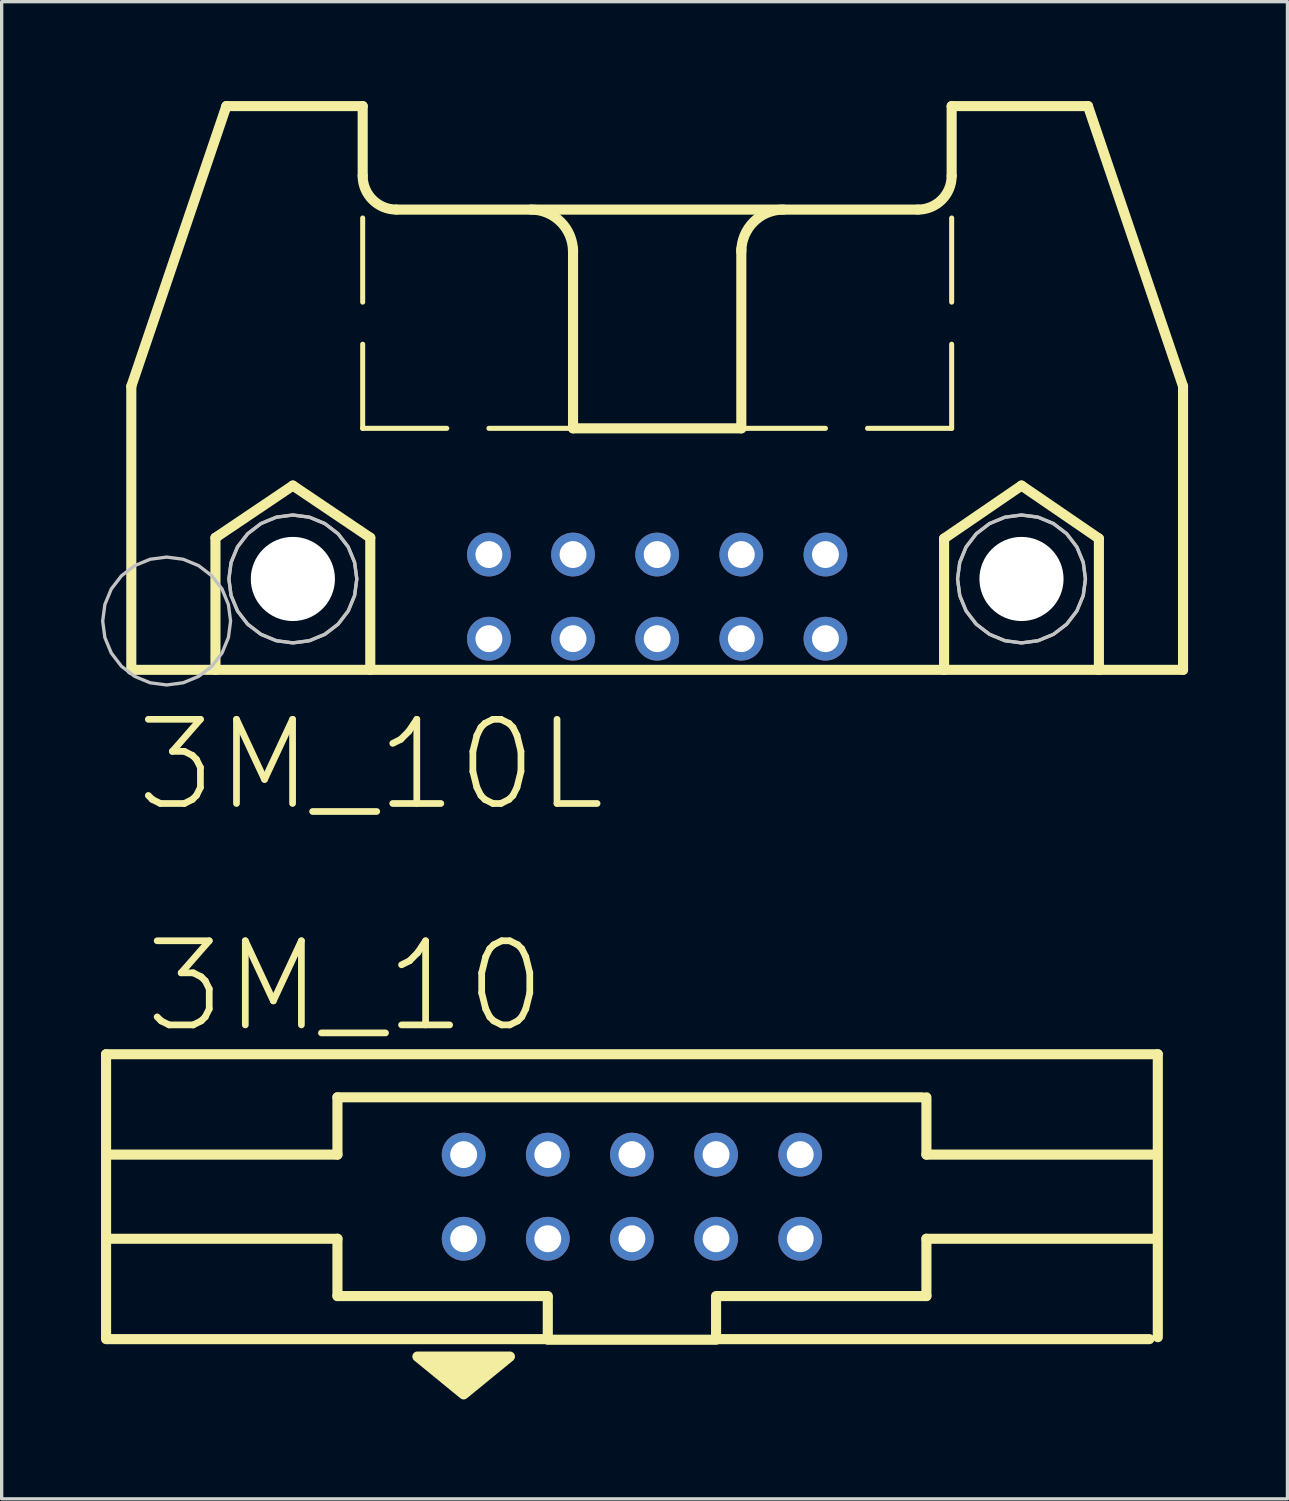
<source format=kicad_pcb>
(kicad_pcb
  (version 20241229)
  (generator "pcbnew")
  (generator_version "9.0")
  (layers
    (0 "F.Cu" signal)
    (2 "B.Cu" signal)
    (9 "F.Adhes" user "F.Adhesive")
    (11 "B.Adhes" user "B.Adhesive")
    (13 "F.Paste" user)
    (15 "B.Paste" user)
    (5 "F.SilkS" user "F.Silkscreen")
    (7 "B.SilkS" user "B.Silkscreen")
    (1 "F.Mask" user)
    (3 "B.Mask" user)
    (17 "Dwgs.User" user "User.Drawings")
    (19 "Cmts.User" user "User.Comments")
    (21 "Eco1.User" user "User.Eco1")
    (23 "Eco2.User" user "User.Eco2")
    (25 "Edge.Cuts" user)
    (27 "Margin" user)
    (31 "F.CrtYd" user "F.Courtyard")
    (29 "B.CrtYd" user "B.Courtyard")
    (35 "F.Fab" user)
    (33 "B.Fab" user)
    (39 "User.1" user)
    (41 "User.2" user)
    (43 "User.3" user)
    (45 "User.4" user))
  (footprint "3M_10"
    (layer "F.Cu")
    (at 16.027 33.076)
    (property "Reference" "3M_10" (at -8.648 -6.35 0) (layer "F.SilkS") (effects (font (size 2.54 2.54) (thickness 0.203))))
    (attr through_hole)
    (fp_line (start -15.875 -4.3) (end -15.875 4.242) (stroke (width 0.305) (type solid)) (layer "F.SilkS"))
    (fp_line (start -15.875 4.3) (end -2.54 4.3) (stroke (width 0.305) (type solid)) (layer "F.SilkS"))
    (fp_line (start -8.89 -1.27) (end -15.748 -1.27) (stroke (width 0.305) (type solid)) (layer "F.SilkS"))
    (fp_line (start -8.89 -1.27) (end -8.89 -3) (stroke (width 0.305) (type solid)) (layer "F.SilkS"))
    (fp_line (start -8.89 1.27) (end -15.748 1.27) (stroke (width 0.305) (type solid)) (layer "F.SilkS"))
    (fp_line (start -8.89 3) (end -8.89 1.27) (stroke (width 0.305) (type solid)) (layer "F.SilkS"))
    (fp_line (start -2.54 3) (end -8.89 3) (stroke (width 0.305) (type solid)) (layer "F.SilkS"))
    (fp_line (start -2.54 4.3) (end -2.54 3.048) (stroke (width 0.305) (type solid)) (layer "F.SilkS"))
    (fp_line (start -2.54 4.318) (end 2.54 4.318) (stroke (width 0.305) (type solid)) (layer "F.SilkS"))
    (fp_line (start 2.54 3.048) (end 2.54 4.3) (stroke (width 0.305) (type solid)) (layer "F.SilkS"))
    (fp_line (start 2.54 4.3) (end 15.621 4.3) (stroke (width 0.305) (type solid)) (layer "F.SilkS"))
    (fp_line (start 8.763 -3) (end -8.89 -3) (stroke (width 0.305) (type solid)) (layer "F.SilkS"))
    (fp_line (start 8.89 -1.27) (end 8.89 -3) (stroke (width 0.305) (type solid)) (layer "F.SilkS"))
    (fp_line (start 8.89 -1.27) (end 15.748 -1.27) (stroke (width 0.305) (type solid)) (layer "F.SilkS"))
    (fp_line (start 8.89 1.27) (end 15.748 1.27) (stroke (width 0.305) (type solid)) (layer "F.SilkS"))
    (fp_line (start 8.89 3) (end 2.54 3) (stroke (width 0.305) (type solid)) (layer "F.SilkS"))
    (fp_line (start 8.89 3) (end 8.89 1.27) (stroke (width 0.305) (type solid)) (layer "F.SilkS"))
    (fp_line (start 15.875 -4.3) (end -15.875 -4.3) (stroke (width 0.305) (type solid)) (layer "F.SilkS"))
    (fp_line (start 15.875 4.242) (end 15.875 -4.3) (stroke (width 0.305) (type solid)) (layer "F.SilkS"))
    (fp_poly (pts (xy -6.477 4.826) (xy -3.683 4.826) (xy -5.08 5.969)) (stroke (width 0.305) (type solid)) (fill yes) (layer "F.SilkS"))
    (pad "1" thru_hole circle (at -5.08 1.27) (size 1.321 1.321) (drill 0.813) (layers "*.Cu" "*.Mask"))
    (pad "2" thru_hole circle (at -5.08 -1.27) (size 1.321 1.321) (drill 0.813) (layers "*.Cu" "*.Mask"))
    (pad "3" thru_hole circle (at -2.54 1.27) (size 1.321 1.321) (drill 0.813) (layers "*.Cu" "*.Mask"))
    (pad "4" thru_hole circle (at -2.54 -1.27) (size 1.321 1.321) (drill 0.813) (layers "*.Cu" "*.Mask"))
    (pad "5" thru_hole circle (at 0 1.27) (size 1.321 1.321) (drill 0.813) (layers "*.Cu" "*.Mask"))
    (pad "6" thru_hole circle (at 0 -1.27) (size 1.321 1.321) (drill 0.813) (layers "*.Cu" "*.Mask"))
    (pad "7" thru_hole circle (at 2.54 1.27) (size 1.321 1.321) (drill 0.813) (layers "*.Cu" "*.Mask"))
    (pad "8" thru_hole circle (at 2.54 -1.27) (size 1.321 1.321) (drill 0.813) (layers "*.Cu" "*.Mask"))
    (pad "9" thru_hole circle (at 5.08 1.27) (size 1.321 1.321) (drill 0.813) (layers "*.Cu" "*.Mask"))
    (pad "10" thru_hole circle (at 5.08 -1.27) (size 1.321 1.321) (drill 0.813) (layers "*.Cu" "*.Mask")))
  (footprint "3M_10L"
    (layer "F.Cu")
    (at 16.789 11.151)
    (property "Reference" "3M_10L" (at -8.648 8.89 0) (layer "F.SilkS") (effects (font (size 2.54 2.54) (thickness 0.203))))
    (attr through_hole)
    (fp_line (start -15.875 -2.54) (end -15.875 6.02) (stroke (width 0.305) (type solid)) (layer "F.SilkS"))
    (fp_line (start -15.875 -2.54) (end -13.005 -10.998) (stroke (width 0.305) (type solid)) (layer "F.SilkS"))
    (fp_line (start -15.875 6.02) (end -13.335 6.02) (stroke (width 0.305) (type solid)) (layer "F.SilkS"))
    (fp_line (start -13.335 2.032) (end -10.998 0.457) (stroke (width 0.305) (type solid)) (layer "F.SilkS"))
    (fp_line (start -13.335 6.02) (end -13.335 2.032) (stroke (width 0.305) (type solid)) (layer "F.SilkS"))
    (fp_line (start -13.335 6.02) (end -8.661 6.02) (stroke (width 0.305) (type solid)) (layer "F.SilkS"))
    (fp_line (start -10.998 0.457) (end -8.661 2.032) (stroke (width 0.305) (type solid)) (layer "F.SilkS"))
    (fp_line (start -8.89 -10.998) (end -13.005 -10.998) (stroke (width 0.305) (type solid)) (layer "F.SilkS"))
    (fp_line (start -8.89 -8.89) (end -8.89 -10.998) (stroke (width 0.305) (type solid)) (layer "F.SilkS"))
    (fp_line (start -8.89 -5.08) (end -8.89 -7.62) (stroke (width 0.152) (type solid)) (layer "F.SilkS"))
    (fp_line (start -8.89 -1.27) (end -8.89 -3.81) (stroke (width 0.152) (type solid)) (layer "F.SilkS"))
    (fp_line (start -8.89 -1.27) (end -6.35 -1.27) (stroke (width 0.152) (type solid)) (layer "F.SilkS"))
    (fp_line (start -8.661 2.032) (end -8.661 6.02) (stroke (width 0.305) (type solid)) (layer "F.SilkS"))
    (fp_line (start -8.661 6.02) (end 8.661 6.02) (stroke (width 0.305) (type solid)) (layer "F.SilkS"))
    (fp_line (start -7.874 -7.874) (end 7.874 -7.874) (stroke (width 0.305) (type solid)) (layer "F.SilkS"))
    (fp_line (start -5.08 -1.27) (end -2.54 -1.27) (stroke (width 0.152) (type solid)) (layer "F.SilkS"))
    (fp_line (start -2.54 -1.27) (end -2.54 -6.68) (stroke (width 0.305) (type solid)) (layer "F.SilkS"))
    (fp_line (start 0 -1.27) (end 2.54 -1.27) (stroke (width 0.152) (type solid)) (layer "F.SilkS"))
    (fp_line (start 2.54 -1.27) (end -2.54 -1.27) (stroke (width 0.305) (type solid)) (layer "F.SilkS"))
    (fp_line (start 2.54 -1.27) (end 2.54 -6.68) (stroke (width 0.305) (type solid)) (layer "F.SilkS"))
    (fp_line (start 5.08 -1.27) (end 2.54 -1.27) (stroke (width 0.152) (type solid)) (layer "F.SilkS"))
    (fp_line (start 8.661 2.057) (end 10.998 0.457) (stroke (width 0.305) (type solid)) (layer "F.SilkS"))
    (fp_line (start 8.661 6.02) (end 8.661 2.057) (stroke (width 0.305) (type solid)) (layer "F.SilkS"))
    (fp_line (start 8.661 6.02) (end 13.335 6.02) (stroke (width 0.305) (type solid)) (layer "F.SilkS"))
    (fp_line (start 8.89 -10.998) (end 13.005 -10.998) (stroke (width 0.305) (type solid)) (layer "F.SilkS"))
    (fp_line (start 8.89 -8.89) (end 8.89 -10.998) (stroke (width 0.305) (type solid)) (layer "F.SilkS"))
    (fp_line (start 8.89 -5.08) (end 8.89 -7.62) (stroke (width 0.152) (type solid)) (layer "F.SilkS"))
    (fp_line (start 8.89 -1.27) (end 6.35 -1.27) (stroke (width 0.152) (type solid)) (layer "F.SilkS"))
    (fp_line (start 8.89 -1.27) (end 8.89 -3.81) (stroke (width 0.152) (type solid)) (layer "F.SilkS"))
    (fp_line (start 10.998 0.457) (end 13.335 2.057) (stroke (width 0.305) (type solid)) (layer "F.SilkS"))
    (fp_line (start 13.335 2.057) (end 13.335 6.02) (stroke (width 0.305) (type solid)) (layer "F.SilkS"))
    (fp_line (start 13.335 6.02) (end 15.875 6.02) (stroke (width 0.305) (type solid)) (layer "F.SilkS"))
    (fp_line (start 15.875 -2.54) (end 13.005 -10.998) (stroke (width 0.305) (type solid)) (layer "F.SilkS"))
    (fp_line (start 15.875 6.02) (end 15.875 -2.54) (stroke (width 0.305) (type solid)) (layer "F.SilkS"))
    (fp_arc (start -7.874 -7.874) (mid -8.59242 -8.17158) (end -8.89 -8.89) (stroke (width 0.3048) (type solid)) (layer "F.SilkS"))
    (fp_arc (start -3.81 -7.874) (mid -2.911974 -7.502026) (end -2.54 -6.604) (stroke (width 0.3048) (type solid)) (layer "F.SilkS"))
    (fp_arc (start 2.54 -6.604) (mid 2.911974 -7.502026) (end 3.81 -7.874) (stroke (width 0.3048) (type solid)) (layer "F.SilkS"))
    (fp_arc (start 8.89 -8.89) (mid 8.59242 -8.17158) (end 7.874 -7.874) (stroke (width 0.3048) (type solid)) (layer "F.SilkS"))
    (fp_poly (pts (xy -12.878 4.547) (xy -12.944 5.046) (xy -13.136 5.512) (xy -13.443 5.912) (xy -13.843 6.218) (xy -14.309 6.411) (xy -14.808 6.477) (xy -15.308 6.411) (xy -15.773 6.218) (xy -16.173 5.912) (xy -16.48 5.512) (xy -16.673 5.046) (xy -16.739 4.547) (xy -16.673 4.047) (xy -16.48 3.581) (xy -16.173 3.182) (xy -15.773 2.875) (xy -15.308 2.682) (xy -14.808 2.616) (xy -14.309 2.682) (xy -13.843 2.875) (xy -13.443 3.182) (xy -13.136 3.581) (xy -12.944 4.047)) (stroke (width 0.1) (type solid)) (fill no) (layer "Dwgs.User"))
    (fp_poly (pts (xy -9.068 3.277) (xy -9.134 3.776) (xy -9.326 4.242) (xy -9.633 4.642) (xy -10.033 4.948) (xy -10.499 5.141) (xy -10.998 5.207) (xy -11.498 5.141) (xy -11.963 4.948) (xy -12.363 4.642) (xy -12.67 4.242) (xy -12.863 3.776) (xy -12.929 3.277) (xy -12.863 2.777) (xy -12.67 2.311) (xy -12.363 1.912) (xy -11.963 1.605) (xy -11.498 1.412) (xy -10.998 1.346) (xy -10.499 1.412) (xy -10.033 1.605) (xy -9.633 1.912) (xy -9.326 2.311) (xy -9.134 2.777)) (stroke (width 0.1) (type solid)) (fill no) (layer "Dwgs.User"))
    (fp_poly (pts (xy -9.068 3.277) (xy -9.134 3.776) (xy -9.326 4.242) (xy -9.633 4.642) (xy -10.033 4.948) (xy -10.499 5.141) (xy -10.998 5.207) (xy -11.498 5.141) (xy -11.963 4.948) (xy -12.363 4.642) (xy -12.67 4.242) (xy -12.863 3.776) (xy -12.929 3.277) (xy -12.863 2.777) (xy -12.67 2.311) (xy -12.363 1.912) (xy -11.963 1.605) (xy -11.498 1.412) (xy -10.998 1.346) (xy -10.499 1.412) (xy -10.033 1.605) (xy -9.633 1.912) (xy -9.326 2.311) (xy -9.134 2.777)) (stroke (width 0.1) (type solid)) (fill no) (layer "Dwgs.User"))
    (fp_poly (pts (xy 12.929 3.277) (xy 12.863 3.776) (xy 12.67 4.242) (xy 12.363 4.642) (xy 11.963 4.948) (xy 11.498 5.141) (xy 10.998 5.207) (xy 10.499 5.141) (xy 10.033 4.948) (xy 9.633 4.642) (xy 9.326 4.242) (xy 9.134 3.776) (xy 9.068 3.277) (xy 9.134 2.777) (xy 9.326 2.311) (xy 9.633 1.912) (xy 10.033 1.605) (xy 10.499 1.412) (xy 10.998 1.346) (xy 11.498 1.412) (xy 11.963 1.605) (xy 12.363 1.912) (xy 12.67 2.311) (xy 12.863 2.777)) (stroke (width 0.1) (type solid)) (fill no) (layer "Dwgs.User"))
    (fp_poly (pts (xy 12.929 3.277) (xy 12.863 3.776) (xy 12.67 4.242) (xy 12.363 4.642) (xy 11.963 4.948) (xy 11.498 5.141) (xy 10.998 5.207) (xy 10.499 5.141) (xy 10.033 4.948) (xy 9.633 4.642) (xy 9.326 4.242) (xy 9.134 3.776) (xy 9.068 3.277) (xy 9.134 2.777) (xy 9.326 2.311) (xy 9.633 1.912) (xy 10.033 1.605) (xy 10.499 1.412) (xy 10.998 1.346) (xy 11.498 1.412) (xy 11.963 1.605) (xy 12.363 1.912) (xy 12.67 2.311) (xy 12.863 2.777)) (stroke (width 0.1) (type solid)) (fill no) (layer "Dwgs.User"))
    (pad "" np_thru_hole circle (at -10.998 3.277) (size 2.54 2.54) (drill 2.54) (layers "*.Cu"))
    (pad "" np_thru_hole circle (at 10.998 3.277) (size 2.54 2.54) (drill 2.54) (layers "*.Cu"))
    (pad "1" thru_hole circle (at -5.08 5.08) (size 1.321 1.321) (drill 0.813) (layers "*.Cu" "*.Mask"))
    (pad "2" thru_hole circle (at -5.08 2.54) (size 1.321 1.321) (drill 0.813) (layers "*.Cu" "*.Mask"))
    (pad "3" thru_hole circle (at -2.54 5.08) (size 1.321 1.321) (drill 0.813) (layers "*.Cu" "*.Mask"))
    (pad "4" thru_hole circle (at -2.54 2.54) (size 1.321 1.321) (drill 0.813) (layers "*.Cu" "*.Mask"))
    (pad "5" thru_hole circle (at 0 5.08) (size 1.321 1.321) (drill 0.813) (layers "*.Cu" "*.Mask"))
    (pad "6" thru_hole circle (at 0 2.54) (size 1.321 1.321) (drill 0.813) (layers "*.Cu" "*.Mask"))
    (pad "7" thru_hole circle (at 2.54 5.08) (size 1.321 1.321) (drill 0.813) (layers "*.Cu" "*.Mask"))
    (pad "8" thru_hole circle (at 2.54 2.54) (size 1.321 1.321) (drill 0.813) (layers "*.Cu" "*.Mask"))
    (pad "9" thru_hole circle (at 5.08 5.08) (size 1.321 1.321) (drill 0.813) (layers "*.Cu" "*.Mask"))
    (pad "10" thru_hole circle (at 5.08 2.54) (size 1.321 1.321) (drill 0.813) (layers "*.Cu" "*.Mask")))
  (gr_rect
    (start -3 -3)
    (end 35.816 42.197)
    (stroke (width 0.1) (type default))
    (fill no)
    (layer "Edge.Cuts")))
</source>
